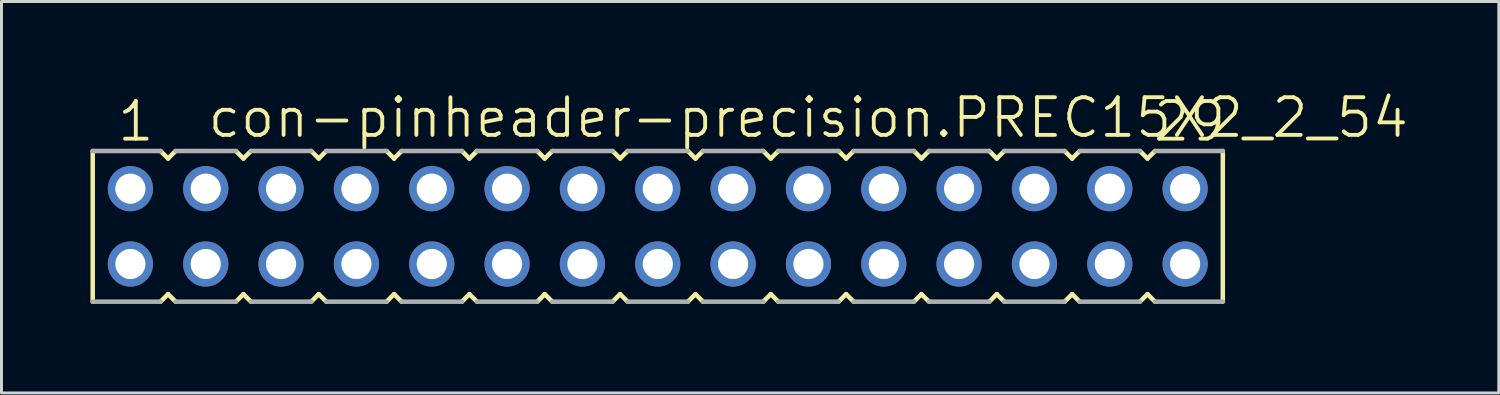
<source format=kicad_pcb>
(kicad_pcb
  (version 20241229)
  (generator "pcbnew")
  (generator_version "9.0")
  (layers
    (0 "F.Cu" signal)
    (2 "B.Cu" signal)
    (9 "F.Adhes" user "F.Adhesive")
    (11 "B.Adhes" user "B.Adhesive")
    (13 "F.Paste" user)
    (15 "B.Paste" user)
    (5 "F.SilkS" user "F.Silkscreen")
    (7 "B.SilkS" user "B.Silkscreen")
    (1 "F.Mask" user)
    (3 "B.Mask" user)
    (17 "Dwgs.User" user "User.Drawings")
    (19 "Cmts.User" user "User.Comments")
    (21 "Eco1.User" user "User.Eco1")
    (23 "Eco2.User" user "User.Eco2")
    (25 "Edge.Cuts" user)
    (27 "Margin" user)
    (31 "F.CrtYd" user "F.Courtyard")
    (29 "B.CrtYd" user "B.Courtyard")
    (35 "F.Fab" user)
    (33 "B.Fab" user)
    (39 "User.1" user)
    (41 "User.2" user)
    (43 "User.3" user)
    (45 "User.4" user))
  (footprint "con-pinheader-precision.PREC15X2_2_54"
    (layer "F.Cu")
    (at 19.126 4.581)
    (property "Reference" "con-pinheader-precision.PREC15X2_2_54" (at -15.24 -2.921 0) (layer "F.SilkS") (effects (font (size 1.27 1.27) (thickness 0.13)) (justify left bottom)))
    (attr through_hole)
    (fp_line (start -19.05 -2.54) (end -19.05 2.54) (stroke (width 0.152) (type default)) (layer "F.SilkS"))
    (fp_line (start -16.764 2.54) (end -16.51 2.286) (stroke (width 0.152) (type default)) (layer "F.SilkS"))
    (fp_line (start -16.51 -2.286) (end -16.764 -2.54) (stroke (width 0.152) (type default)) (layer "F.SilkS"))
    (fp_line (start -16.51 2.286) (end -16.256 2.54) (stroke (width 0.152) (type default)) (layer "F.SilkS"))
    (fp_line (start -16.256 -2.54) (end -16.51 -2.286) (stroke (width 0.152) (type default)) (layer "F.SilkS"))
    (fp_line (start -14.224 2.54) (end -13.97 2.286) (stroke (width 0.152) (type default)) (layer "F.SilkS"))
    (fp_line (start -13.97 -2.286) (end -14.224 -2.54) (stroke (width 0.152) (type default)) (layer "F.SilkS"))
    (fp_line (start -13.97 2.286) (end -13.716 2.54) (stroke (width 0.152) (type default)) (layer "F.SilkS"))
    (fp_line (start -13.716 -2.54) (end -13.97 -2.286) (stroke (width 0.152) (type default)) (layer "F.SilkS"))
    (fp_line (start -11.684 2.54) (end -11.43 2.286) (stroke (width 0.152) (type default)) (layer "F.SilkS"))
    (fp_line (start -11.43 -2.286) (end -11.684 -2.54) (stroke (width 0.152) (type default)) (layer "F.SilkS"))
    (fp_line (start -11.43 2.286) (end -11.176 2.54) (stroke (width 0.152) (type default)) (layer "F.SilkS"))
    (fp_line (start -11.176 -2.54) (end -11.43 -2.286) (stroke (width 0.152) (type default)) (layer "F.SilkS"))
    (fp_line (start -9.144 2.54) (end -8.89 2.286) (stroke (width 0.152) (type default)) (layer "F.SilkS"))
    (fp_line (start -8.89 -2.286) (end -9.144 -2.54) (stroke (width 0.152) (type default)) (layer "F.SilkS"))
    (fp_line (start -8.89 2.286) (end -8.636 2.54) (stroke (width 0.152) (type default)) (layer "F.SilkS"))
    (fp_line (start -8.636 -2.54) (end -8.89 -2.286) (stroke (width 0.152) (type default)) (layer "F.SilkS"))
    (fp_line (start -6.604 2.54) (end -6.35 2.286) (stroke (width 0.152) (type default)) (layer "F.SilkS"))
    (fp_line (start -6.35 -2.286) (end -6.604 -2.54) (stroke (width 0.152) (type default)) (layer "F.SilkS"))
    (fp_line (start -6.35 2.286) (end -6.096 2.54) (stroke (width 0.152) (type default)) (layer "F.SilkS"))
    (fp_line (start -6.096 -2.54) (end -6.35 -2.286) (stroke (width 0.152) (type default)) (layer "F.SilkS"))
    (fp_line (start -4.064 2.54) (end -3.81 2.286) (stroke (width 0.152) (type default)) (layer "F.SilkS"))
    (fp_line (start -3.81 -2.286) (end -4.064 -2.54) (stroke (width 0.152) (type default)) (layer "F.SilkS"))
    (fp_line (start -3.81 2.286) (end -3.556 2.54) (stroke (width 0.152) (type default)) (layer "F.SilkS"))
    (fp_line (start -3.556 -2.54) (end -3.81 -2.286) (stroke (width 0.152) (type default)) (layer "F.SilkS"))
    (fp_line (start -1.524 2.54) (end -1.27 2.286) (stroke (width 0.152) (type default)) (layer "F.SilkS"))
    (fp_line (start -1.27 -2.286) (end -1.524 -2.54) (stroke (width 0.152) (type default)) (layer "F.SilkS"))
    (fp_line (start -1.27 2.286) (end -1.016 2.54) (stroke (width 0.152) (type default)) (layer "F.SilkS"))
    (fp_line (start -1.016 -2.54) (end -1.27 -2.286) (stroke (width 0.152) (type default)) (layer "F.SilkS"))
    (fp_line (start 1.016 2.54) (end 1.27 2.286) (stroke (width 0.152) (type default)) (layer "F.SilkS"))
    (fp_line (start 1.27 -2.286) (end 1.016 -2.54) (stroke (width 0.152) (type default)) (layer "F.SilkS"))
    (fp_line (start 1.27 2.286) (end 1.524 2.54) (stroke (width 0.152) (type default)) (layer "F.SilkS"))
    (fp_line (start 1.524 -2.54) (end 1.27 -2.286) (stroke (width 0.152) (type default)) (layer "F.SilkS"))
    (fp_line (start 3.556 2.54) (end 3.81 2.286) (stroke (width 0.152) (type default)) (layer "F.SilkS"))
    (fp_line (start 3.81 -2.286) (end 3.556 -2.54) (stroke (width 0.152) (type default)) (layer "F.SilkS"))
    (fp_line (start 3.81 2.286) (end 4.064 2.54) (stroke (width 0.152) (type default)) (layer "F.SilkS"))
    (fp_line (start 4.064 -2.54) (end 3.81 -2.286) (stroke (width 0.152) (type default)) (layer "F.SilkS"))
    (fp_line (start 6.096 2.54) (end 6.35 2.286) (stroke (width 0.152) (type default)) (layer "F.SilkS"))
    (fp_line (start 6.35 -2.286) (end 6.096 -2.54) (stroke (width 0.152) (type default)) (layer "F.SilkS"))
    (fp_line (start 6.35 2.286) (end 6.604 2.54) (stroke (width 0.152) (type default)) (layer "F.SilkS"))
    (fp_line (start 6.604 -2.54) (end 6.35 -2.286) (stroke (width 0.152) (type default)) (layer "F.SilkS"))
    (fp_line (start 8.636 2.54) (end 8.89 2.286) (stroke (width 0.152) (type default)) (layer "F.SilkS"))
    (fp_line (start 8.89 -2.286) (end 8.636 -2.54) (stroke (width 0.152) (type default)) (layer "F.SilkS"))
    (fp_line (start 8.89 2.286) (end 9.144 2.54) (stroke (width 0.152) (type default)) (layer "F.SilkS"))
    (fp_line (start 9.144 -2.54) (end 8.89 -2.286) (stroke (width 0.152) (type default)) (layer "F.SilkS"))
    (fp_line (start 11.176 2.54) (end 11.43 2.286) (stroke (width 0.152) (type default)) (layer "F.SilkS"))
    (fp_line (start 11.43 -2.286) (end 11.176 -2.54) (stroke (width 0.152) (type default)) (layer "F.SilkS"))
    (fp_line (start 11.43 2.286) (end 11.684 2.54) (stroke (width 0.152) (type default)) (layer "F.SilkS"))
    (fp_line (start 11.684 -2.54) (end 11.43 -2.286) (stroke (width 0.152) (type default)) (layer "F.SilkS"))
    (fp_line (start 13.716 2.54) (end 13.97 2.286) (stroke (width 0.152) (type default)) (layer "F.SilkS"))
    (fp_line (start 13.97 -2.286) (end 13.716 -2.54) (stroke (width 0.152) (type default)) (layer "F.SilkS"))
    (fp_line (start 13.97 2.286) (end 14.224 2.54) (stroke (width 0.152) (type default)) (layer "F.SilkS"))
    (fp_line (start 14.224 -2.54) (end 13.97 -2.286) (stroke (width 0.152) (type default)) (layer "F.SilkS"))
    (fp_line (start 16.256 2.54) (end 16.51 2.286) (stroke (width 0.152) (type default)) (layer "F.SilkS"))
    (fp_line (start 16.51 -2.286) (end 16.256 -2.54) (stroke (width 0.152) (type default)) (layer "F.SilkS"))
    (fp_line (start 16.51 2.286) (end 16.764 2.54) (stroke (width 0.152) (type default)) (layer "F.SilkS"))
    (fp_line (start 16.764 -2.54) (end 16.51 -2.286) (stroke (width 0.152) (type default)) (layer "F.SilkS"))
    (fp_line (start 19.05 2.54) (end 19.05 -2.54) (stroke (width 0.152) (type default)) (layer "F.SilkS"))
    (fp_line (start -19.05 2.54) (end -16.764 2.54) (stroke (width 0.152) (type default)) (layer "F.Fab"))
    (fp_line (start -16.764 -2.54) (end -19.05 -2.54) (stroke (width 0.152) (type default)) (layer "F.Fab"))
    (fp_line (start -16.256 2.54) (end -14.224 2.54) (stroke (width 0.152) (type default)) (layer "F.Fab"))
    (fp_line (start -14.224 -2.54) (end -16.256 -2.54) (stroke (width 0.152) (type default)) (layer "F.Fab"))
    (fp_line (start -13.716 2.54) (end -11.684 2.54) (stroke (width 0.152) (type default)) (layer "F.Fab"))
    (fp_line (start -11.684 -2.54) (end -13.716 -2.54) (stroke (width 0.152) (type default)) (layer "F.Fab"))
    (fp_line (start -11.176 2.54) (end -9.144 2.54) (stroke (width 0.152) (type default)) (layer "F.Fab"))
    (fp_line (start -9.144 -2.54) (end -11.176 -2.54) (stroke (width 0.152) (type default)) (layer "F.Fab"))
    (fp_line (start -8.636 2.54) (end -6.604 2.54) (stroke (width 0.152) (type default)) (layer "F.Fab"))
    (fp_line (start -6.604 -2.54) (end -8.636 -2.54) (stroke (width 0.152) (type default)) (layer "F.Fab"))
    (fp_line (start -6.096 2.54) (end -4.064 2.54) (stroke (width 0.152) (type default)) (layer "F.Fab"))
    (fp_line (start -4.064 -2.54) (end -6.096 -2.54) (stroke (width 0.152) (type default)) (layer "F.Fab"))
    (fp_line (start -3.556 2.54) (end -1.524 2.54) (stroke (width 0.152) (type default)) (layer "F.Fab"))
    (fp_line (start -1.524 -2.54) (end -3.556 -2.54) (stroke (width 0.152) (type default)) (layer "F.Fab"))
    (fp_line (start -1.016 2.54) (end 1.016 2.54) (stroke (width 0.152) (type default)) (layer "F.Fab"))
    (fp_line (start 1.016 -2.54) (end -1.016 -2.54) (stroke (width 0.152) (type default)) (layer "F.Fab"))
    (fp_line (start 1.524 2.54) (end 3.556 2.54) (stroke (width 0.152) (type default)) (layer "F.Fab"))
    (fp_line (start 3.556 -2.54) (end 1.524 -2.54) (stroke (width 0.152) (type default)) (layer "F.Fab"))
    (fp_line (start 4.064 2.54) (end 6.096 2.54) (stroke (width 0.152) (type default)) (layer "F.Fab"))
    (fp_line (start 6.096 -2.54) (end 4.064 -2.54) (stroke (width 0.152) (type default)) (layer "F.Fab"))
    (fp_line (start 6.604 2.54) (end 8.636 2.54) (stroke (width 0.152) (type default)) (layer "F.Fab"))
    (fp_line (start 8.636 -2.54) (end 6.604 -2.54) (stroke (width 0.152) (type default)) (layer "F.Fab"))
    (fp_line (start 9.144 2.54) (end 11.176 2.54) (stroke (width 0.152) (type default)) (layer "F.Fab"))
    (fp_line (start 11.176 -2.54) (end 9.144 -2.54) (stroke (width 0.152) (type default)) (layer "F.Fab"))
    (fp_line (start 11.684 2.54) (end 13.716 2.54) (stroke (width 0.152) (type default)) (layer "F.Fab"))
    (fp_line (start 13.716 -2.54) (end 11.684 -2.54) (stroke (width 0.152) (type default)) (layer "F.Fab"))
    (fp_line (start 14.224 2.54) (end 16.256 2.54) (stroke (width 0.152) (type default)) (layer "F.Fab"))
    (fp_line (start 16.256 -2.54) (end 14.224 -2.54) (stroke (width 0.152) (type default)) (layer "F.Fab"))
    (fp_line (start 16.764 2.54) (end 19.05 2.54) (stroke (width 0.152) (type default)) (layer "F.Fab"))
    (fp_line (start 19.05 -2.54) (end 16.764 -2.54) (stroke (width 0.152) (type default)) (layer "F.Fab"))
    (fp_text user "1" (at -18.288 -2.794 0) (layer "F.SilkS") (effects (font (size 1.27 1.27) (thickness 0.13)) (justify left bottom)))
    (fp_text user "29" (at 16.637 -2.794 0) (layer "F.SilkS") (effects (font (size 1.27 1.27) (thickness 0.13)) (justify left bottom)))
    (pad "1" thru_hole circle (at -17.78 -1.27 180) (size 1.524 1.524) (drill 1.016) (layers "*.Cu" "*.Mask"))
    (pad "2" thru_hole circle (at -17.78 1.27 180) (size 1.524 1.524) (drill 1.016) (layers "*.Cu" "*.Mask"))
    (pad "3" thru_hole circle (at -15.24 -1.27 180) (size 1.524 1.524) (drill 1.016) (layers "*.Cu" "*.Mask"))
    (pad "4" thru_hole circle (at -15.24 1.27 180) (size 1.524 1.524) (drill 1.016) (layers "*.Cu" "*.Mask"))
    (pad "5" thru_hole circle (at -12.7 -1.27 180) (size 1.524 1.524) (drill 1.016) (layers "*.Cu" "*.Mask"))
    (pad "6" thru_hole circle (at -12.7 1.27 180) (size 1.524 1.524) (drill 1.016) (layers "*.Cu" "*.Mask"))
    (pad "7" thru_hole circle (at -10.16 -1.27 180) (size 1.524 1.524) (drill 1.016) (layers "*.Cu" "*.Mask"))
    (pad "8" thru_hole circle (at -10.16 1.27 180) (size 1.524 1.524) (drill 1.016) (layers "*.Cu" "*.Mask"))
    (pad "9" thru_hole circle (at -7.62 -1.27 180) (size 1.524 1.524) (drill 1.016) (layers "*.Cu" "*.Mask"))
    (pad "10" thru_hole circle (at -7.62 1.27 180) (size 1.524 1.524) (drill 1.016) (layers "*.Cu" "*.Mask"))
    (pad "11" thru_hole circle (at -5.08 -1.27 180) (size 1.524 1.524) (drill 1.016) (layers "*.Cu" "*.Mask"))
    (pad "12" thru_hole circle (at -5.08 1.27 180) (size 1.524 1.524) (drill 1.016) (layers "*.Cu" "*.Mask"))
    (pad "13" thru_hole circle (at -2.54 -1.27 180) (size 1.524 1.524) (drill 1.016) (layers "*.Cu" "*.Mask"))
    (pad "14" thru_hole circle (at -2.54 1.27 180) (size 1.524 1.524) (drill 1.016) (layers "*.Cu" "*.Mask"))
    (pad "15" thru_hole circle (at 0 -1.27 180) (size 1.524 1.524) (drill 1.016) (layers "*.Cu" "*.Mask"))
    (pad "16" thru_hole circle (at 0 1.27 180) (size 1.524 1.524) (drill 1.016) (layers "*.Cu" "*.Mask"))
    (pad "17" thru_hole circle (at 2.54 -1.27 180) (size 1.524 1.524) (drill 1.016) (layers "*.Cu" "*.Mask"))
    (pad "18" thru_hole circle (at 2.54 1.27 180) (size 1.524 1.524) (drill 1.016) (layers "*.Cu" "*.Mask"))
    (pad "19" thru_hole circle (at 5.08 -1.27 180) (size 1.524 1.524) (drill 1.016) (layers "*.Cu" "*.Mask"))
    (pad "20" thru_hole circle (at 5.08 1.27 180) (size 1.524 1.524) (drill 1.016) (layers "*.Cu" "*.Mask"))
    (pad "21" thru_hole circle (at 7.62 -1.27 180) (size 1.524 1.524) (drill 1.016) (layers "*.Cu" "*.Mask"))
    (pad "22" thru_hole circle (at 7.62 1.27 180) (size 1.524 1.524) (drill 1.016) (layers "*.Cu" "*.Mask"))
    (pad "23" thru_hole circle (at 10.16 -1.27 180) (size 1.524 1.524) (drill 1.016) (layers "*.Cu" "*.Mask"))
    (pad "24" thru_hole circle (at 10.16 1.27 180) (size 1.524 1.524) (drill 1.016) (layers "*.Cu" "*.Mask"))
    (pad "25" thru_hole circle (at 12.7 -1.27 180) (size 1.524 1.524) (drill 1.016) (layers "*.Cu" "*.Mask"))
    (pad "26" thru_hole circle (at 12.7 1.27 180) (size 1.524 1.524) (drill 1.016) (layers "*.Cu" "*.Mask"))
    (pad "27" thru_hole circle (at 15.24 -1.27 180) (size 1.524 1.524) (drill 1.016) (layers "*.Cu" "*.Mask"))
    (pad "28" thru_hole circle (at 15.24 1.27 180) (size 1.524 1.524) (drill 1.016) (layers "*.Cu" "*.Mask"))
    (pad "29" thru_hole circle (at 17.78 -1.27 180) (size 1.524 1.524) (drill 1.016) (layers "*.Cu" "*.Mask"))
    (pad "30" thru_hole circle (at 17.78 1.27 180) (size 1.524 1.524) (drill 1.016) (layers "*.Cu" "*.Mask")))
  (gr_rect
    (start -3 -3)
    (end 47.481 10.197)
    (stroke (width 0.1) (type default))
    (fill no)
    (layer "Edge.Cuts")))
</source>
